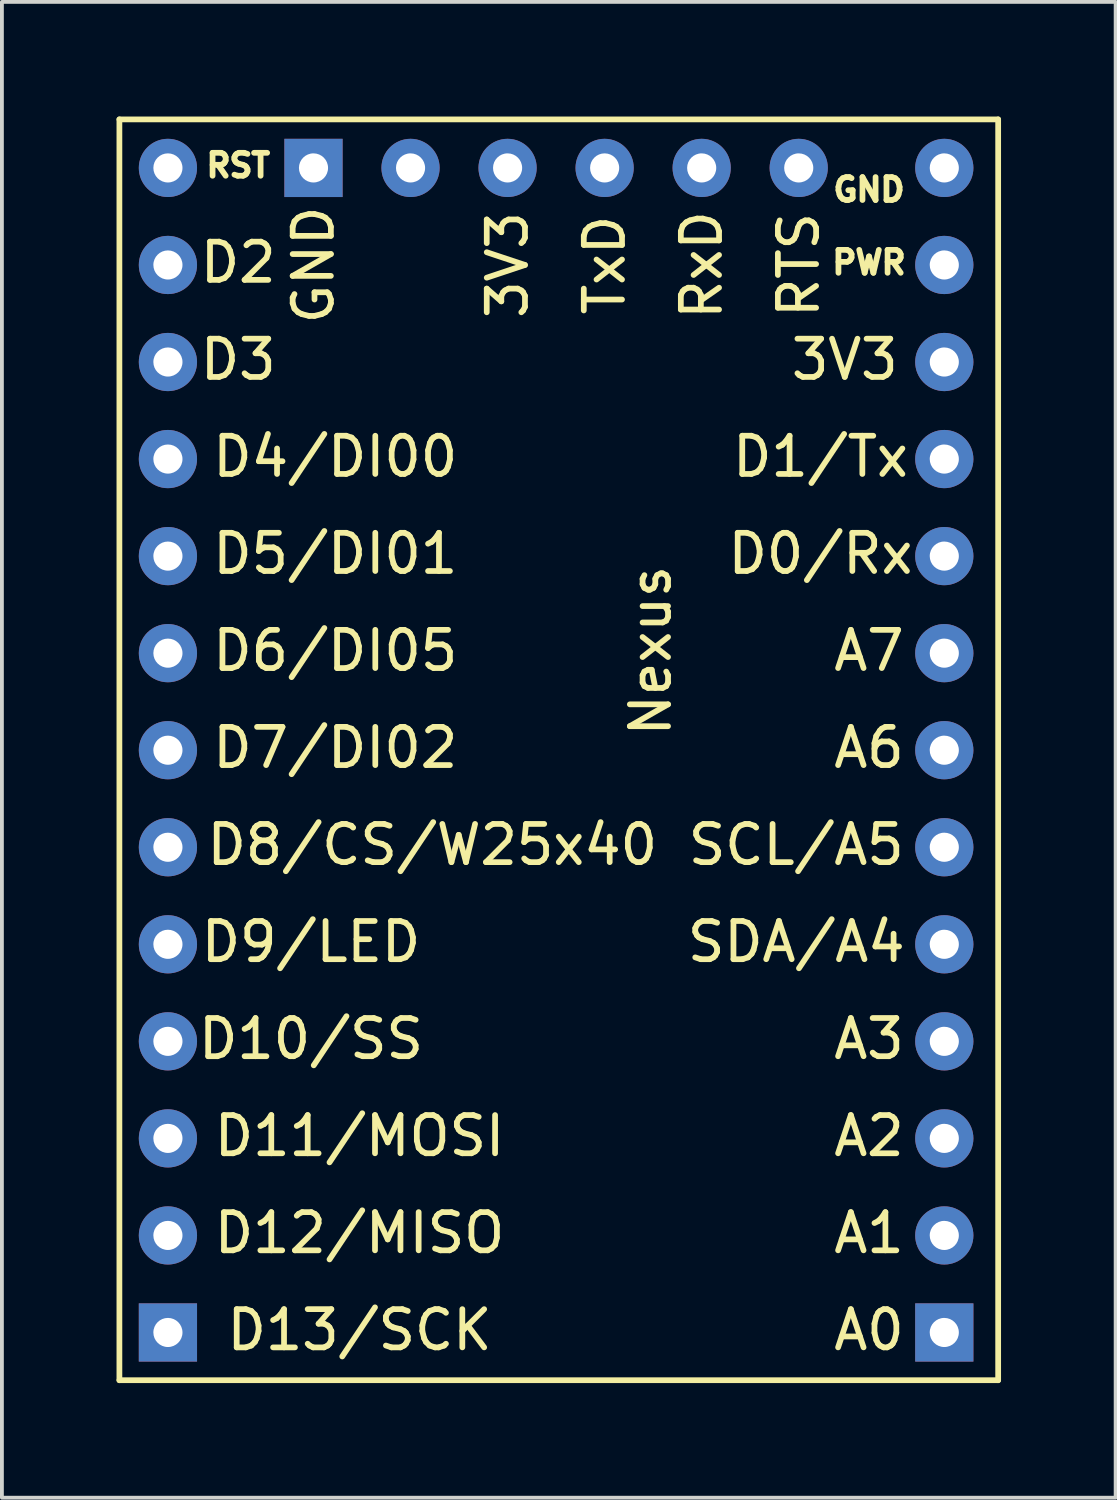
<source format=kicad_pcb>
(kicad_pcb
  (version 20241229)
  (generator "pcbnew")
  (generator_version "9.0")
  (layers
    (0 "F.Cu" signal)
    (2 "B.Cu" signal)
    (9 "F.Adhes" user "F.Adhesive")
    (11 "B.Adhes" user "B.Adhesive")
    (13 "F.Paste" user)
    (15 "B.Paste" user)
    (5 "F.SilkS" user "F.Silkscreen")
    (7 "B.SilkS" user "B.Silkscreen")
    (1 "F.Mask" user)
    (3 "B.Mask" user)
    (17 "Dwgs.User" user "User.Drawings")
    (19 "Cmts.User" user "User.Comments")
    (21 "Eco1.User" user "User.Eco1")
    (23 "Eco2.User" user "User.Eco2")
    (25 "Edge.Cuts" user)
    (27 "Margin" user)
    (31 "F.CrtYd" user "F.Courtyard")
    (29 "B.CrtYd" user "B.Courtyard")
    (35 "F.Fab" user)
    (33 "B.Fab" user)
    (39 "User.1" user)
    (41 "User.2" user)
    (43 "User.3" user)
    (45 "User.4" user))
  (footprint "Nexus"
    (layer "F.Cu")
    (at 12.075 12.075)
    (property "Reference" "Nexus" (at 1.905 1.905 90) (layer "F.SilkS") (effects (font (size 1 1) (thickness 0.15))))
    (attr through_hole)
    (fp_line (start -12 -12) (end 11 -12) (stroke (width 0.15) (type solid)) (layer "F.SilkS"))
    (fp_line (start -12 21) (end -12 -12) (stroke (width 0.15) (type solid)) (layer "F.SilkS"))
    (fp_line (start 11 -12) (end 11 21) (stroke (width 0.15) (type solid)) (layer "F.SilkS"))
    (fp_line (start 11 21) (end -12 21) (stroke (width 0.15) (type solid)) (layer "F.SilkS"))
    (fp_text user "RxD" (at 3.24 -8.19 90) (layer "F.SilkS") (effects (font (size 1 1) (thickness 0.15))))
    (fp_text user "D6/DI05" (at -6.35 1.905 0) (layer "F.SilkS") (effects (font (size 1 1) (thickness 0.15))))
    (fp_text user "D0/Rx" (at 6.35 -0.635 0) (layer "F.SilkS") (effects (font (size 1 1) (thickness 0.15))))
    (fp_text user "D3" (at -8.89 -5.715 0) (layer "F.SilkS") (effects (font (size 1 1) (thickness 0.15))))
    (fp_text user "D13/SCK" (at -5.715 19.685 0) (layer "F.SilkS") (effects (font (size 1 1) (thickness 0.15))))
    (fp_text user "RST" (at -8.89 -10.795 0) (layer "F.SilkS") (effects (font (size 0.6 0.6) (thickness 0.15))))
    (fp_text user "D1/Tx" (at 6.35 -3.175 0) (layer "F.SilkS") (effects (font (size 1 1) (thickness 0.15))))
    (fp_text user "A2" (at 7.62 14.605 0) (layer "F.SilkS") (effects (font (size 1 1) (thickness 0.15))))
    (fp_text user "GND" (at -6.92 -8.19 90) (layer "F.SilkS") (effects (font (size 1 1) (thickness 0.15))))
    (fp_text user "D5/DI01" (at -6.35 -0.635 0) (layer "F.SilkS") (effects (font (size 1 1) (thickness 0.15))))
    (fp_text user "SCL/A5" (at 5.715 6.985 0) (layer "F.SilkS") (effects (font (size 1 1) (thickness 0.15))))
    (fp_text user "D10/SS" (at -6.985 12.065 0) (layer "F.SilkS") (effects (font (size 1 1) (thickness 0.15))))
    (fp_text user "A7" (at 7.62 1.905 0) (layer "F.SilkS") (effects (font (size 1 1) (thickness 0.15))))
    (fp_text user "PWR" (at 7.62 -8.255 0) (layer "F.SilkS") (effects (font (size 0.6 0.6) (thickness 0.15))))
    (fp_text user "D11/MOSI" (at -5.715 14.605 0) (layer "F.SilkS") (effects (font (size 1 1) (thickness 0.15))))
    (fp_text user "GND" (at 7.62 -10.16 0) (layer "F.SilkS") (effects (font (size 0.6 0.6) (thickness 0.15))))
    (fp_text user "A1" (at 7.62 17.145 0) (layer "F.SilkS") (effects (font (size 1 1) (thickness 0.15))))
    (fp_text user "3V3" (at -1.84 -8.19 90) (layer "F.SilkS") (effects (font (size 1 1) (thickness 0.15))))
    (fp_text user "TxD" (at 0.7 -8.19 90) (layer "F.SilkS") (effects (font (size 1 1) (thickness 0.15))))
    (fp_text user "SDA/A4" (at 5.715 9.525 0) (layer "F.SilkS") (effects (font (size 1 1) (thickness 0.15))))
    (fp_text user "A0" (at 7.62 19.685 0) (layer "F.SilkS") (effects (font (size 1 1) (thickness 0.15))))
    (fp_text user "A3" (at 7.62 12.065 0) (layer "F.SilkS") (effects (font (size 1 1) (thickness 0.15))))
    (fp_text user "D2" (at -8.89 -8.255 0) (layer "F.SilkS") (effects (font (size 1 1) (thickness 0.15))))
    (fp_text user "D7/DI02" (at -6.35 4.445 0) (layer "F.SilkS") (effects (font (size 1 1) (thickness 0.15))))
    (fp_text user "D12/MISO" (at -5.715 17.145 0) (layer "F.SilkS") (effects (font (size 1 1) (thickness 0.15))))
    (fp_text user "D8/CS/W25x40" (at -3.81 6.985 0) (layer "F.SilkS") (effects (font (size 1 1) (thickness 0.15))))
    (fp_text user "3V3" (at 6.985 -5.715 0) (layer "F.SilkS") (effects (font (size 1 1) (thickness 0.15))))
    (fp_text user "A6" (at 7.62 4.445 0) (layer "F.SilkS") (effects (font (size 1 1) (thickness 0.15))))
    (fp_text user "D4/DI00" (at -6.35 -3.175 0) (layer "F.SilkS") (effects (font (size 1 1) (thickness 0.15))))
    (fp_text user "RTS" (at 5.78 -8.19 90) (layer "F.SilkS") (effects (font (size 1 1) (thickness 0.15))))
    (fp_text user "D9/LED" (at -6.985 9.525 0) (layer "F.SilkS") (effects (font (size 1 1) (thickness 0.15))))
    (pad "1" thru_hole circle (at 9.59 -10.73) (size 1.524 1.524) (drill 0.762) (layers "*.Cu" "*.Mask"))
    (pad "2" thru_hole circle (at 9.59 -8.19) (size 1.524 1.524) (drill 0.762) (layers "*.Cu" "*.Mask"))
    (pad "3" thru_hole circle (at 9.59 -5.65) (size 1.524 1.524) (drill 0.762) (layers "*.Cu" "*.Mask"))
    (pad "4" thru_hole circle (at 9.59 -3.11) (size 1.524 1.524) (drill 0.762) (layers "*.Cu" "*.Mask"))
    (pad "5" thru_hole circle (at 9.59 -0.57) (size 1.524 1.524) (drill 0.762) (layers "*.Cu" "*.Mask"))
    (pad "6" thru_hole circle (at 9.59 1.97) (size 1.524 1.524) (drill 0.762) (layers "*.Cu" "*.Mask"))
    (pad "7" thru_hole circle (at 9.59 4.51) (size 1.524 1.524) (drill 0.762) (layers "*.Cu" "*.Mask"))
    (pad "8" thru_hole circle (at 9.59 7.05) (size 1.524 1.524) (drill 0.762) (layers "*.Cu" "*.Mask"))
    (pad "9" thru_hole circle (at 9.59 9.59) (size 1.524 1.524) (drill 0.762) (layers "*.Cu" "*.Mask"))
    (pad "10" thru_hole circle (at 9.59 12.13) (size 1.524 1.524) (drill 0.762) (layers "*.Cu" "*.Mask"))
    (pad "11" thru_hole circle (at 9.59 14.67) (size 1.524 1.524) (drill 0.762) (layers "*.Cu" "*.Mask"))
    (pad "12" thru_hole circle (at 9.59 17.21) (size 1.524 1.524) (drill 0.762) (layers "*.Cu" "*.Mask"))
    (pad "13" thru_hole rect (at 9.59 19.75) (size 1.524 1.524) (drill 0.762) (layers "*.Cu" "*.Mask"))
    (pad "14" thru_hole circle (at -10.73 -10.73) (size 1.524 1.524) (drill 0.762) (layers "*.Cu" "*.Mask"))
    (pad "15" thru_hole circle (at -10.73 -8.19) (size 1.524 1.524) (drill 0.762) (layers "*.Cu" "*.Mask"))
    (pad "16" thru_hole circle (at -10.73 -5.65) (size 1.524 1.524) (drill 0.762) (layers "*.Cu" "*.Mask"))
    (pad "17" thru_hole circle (at -10.73 -3.11) (size 1.524 1.524) (drill 0.762) (layers "*.Cu" "*.Mask"))
    (pad "18" thru_hole circle (at -10.73 -0.57) (size 1.524 1.524) (drill 0.762) (layers "*.Cu" "*.Mask"))
    (pad "19" thru_hole circle (at -10.73 1.97) (size 1.524 1.524) (drill 0.762) (layers "*.Cu" "*.Mask"))
    (pad "20" thru_hole circle (at -10.73 4.51) (size 1.524 1.524) (drill 0.762) (layers "*.Cu" "*.Mask"))
    (pad "21" thru_hole circle (at -10.73 7.05) (size 1.524 1.524) (drill 0.762) (layers "*.Cu" "*.Mask"))
    (pad "22" thru_hole circle (at -10.73 9.59) (size 1.524 1.524) (drill 0.762) (layers "*.Cu" "*.Mask"))
    (pad "23" thru_hole circle (at -10.73 12.13) (size 1.524 1.524) (drill 0.762) (layers "*.Cu" "*.Mask"))
    (pad "24" thru_hole circle (at -10.73 14.67) (size 1.524 1.524) (drill 0.762) (layers "*.Cu" "*.Mask"))
    (pad "25" thru_hole circle (at -10.73 17.21) (size 1.524 1.524) (drill 0.762) (layers "*.Cu" "*.Mask"))
    (pad "26" thru_hole rect (at -10.73 19.75) (size 1.524 1.524) (drill 0.762) (layers "*.Cu" "*.Mask"))
    (pad "27" thru_hole rect (at -6.92 -10.73) (size 1.524 1.524) (drill 0.762) (layers "*.Cu" "*.Mask"))
    (pad "28" thru_hole circle (at -4.38 -10.73) (size 1.524 1.524) (drill 0.762) (layers "*.Cu" "*.Mask"))
    (pad "29" thru_hole circle (at -1.84 -10.73) (size 1.524 1.524) (drill 0.762) (layers "*.Cu" "*.Mask"))
    (pad "30" thru_hole circle (at 0.7 -10.73) (size 1.524 1.524) (drill 0.762) (layers "*.Cu" "*.Mask"))
    (pad "31" thru_hole circle (at 3.24 -10.73) (size 1.524 1.524) (drill 0.762) (layers "*.Cu" "*.Mask"))
    (pad "32" thru_hole circle (at 5.78 -10.73) (size 1.524 1.524) (drill 0.762) (layers "*.Cu" "*.Mask")))
  (gr_rect
    (start -3 -3)
    (end 26.15 36.15)
    (stroke (width 0.1) (type default))
    (fill no)
    (layer "Edge.Cuts")))
</source>
